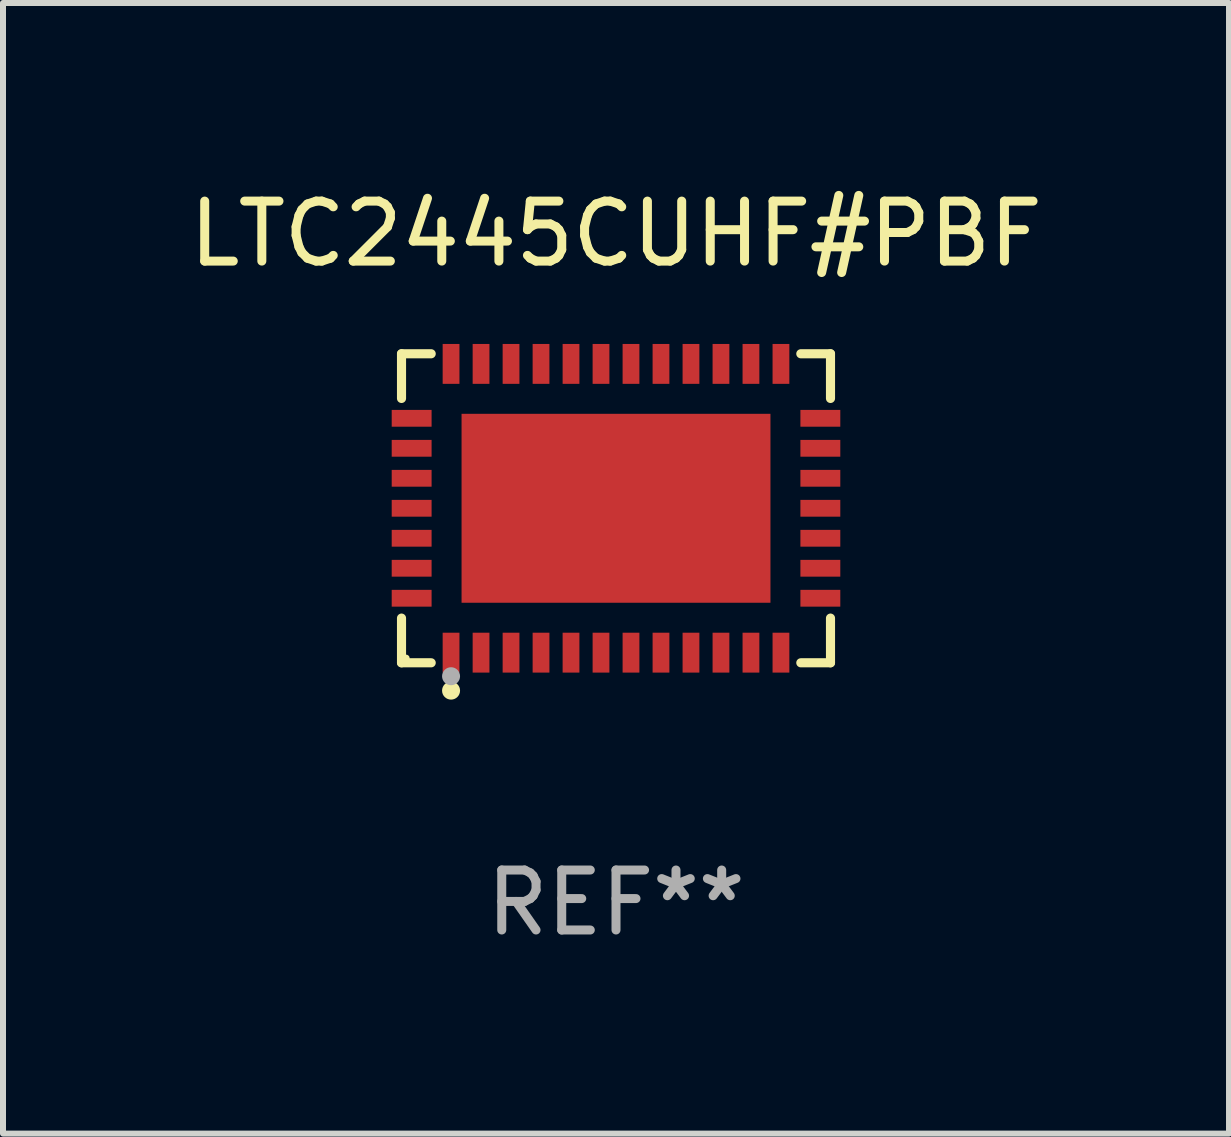
<source format=kicad_pcb>
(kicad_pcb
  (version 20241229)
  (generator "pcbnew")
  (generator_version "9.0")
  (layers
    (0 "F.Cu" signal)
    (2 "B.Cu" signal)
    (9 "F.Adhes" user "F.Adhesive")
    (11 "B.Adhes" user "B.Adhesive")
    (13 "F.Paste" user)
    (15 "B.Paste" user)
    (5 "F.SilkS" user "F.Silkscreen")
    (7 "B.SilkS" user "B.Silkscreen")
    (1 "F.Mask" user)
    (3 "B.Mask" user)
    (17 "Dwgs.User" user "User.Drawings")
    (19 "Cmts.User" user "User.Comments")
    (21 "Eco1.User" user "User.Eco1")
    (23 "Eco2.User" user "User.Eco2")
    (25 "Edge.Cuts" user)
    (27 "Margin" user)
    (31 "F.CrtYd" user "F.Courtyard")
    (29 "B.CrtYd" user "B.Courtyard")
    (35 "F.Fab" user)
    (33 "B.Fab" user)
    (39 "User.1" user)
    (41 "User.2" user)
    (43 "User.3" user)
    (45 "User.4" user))
  (footprint "LTC2445CUHF#PBF"
    (layer "F.Cu")
    (at 7.22 5.424)
    (property "Reference" "LTC2445CUHF#PBF" (at 0 -4.576 0) (layer "F.SilkS") (effects (font (size 1 1) (thickness 0.15))))
    (attr through_hole)
    (fp_line (start -3.576 -2.576) (end -3.081 -2.576) (stroke (width 0.152) (type solid)) (layer "F.SilkS"))
    (fp_line (start -3.576 -1.831) (end -3.576 -2.576) (stroke (width 0.152) (type solid)) (layer "F.SilkS"))
    (fp_line (start -3.576 1.831) (end -3.576 2.576) (stroke (width 0.152) (type solid)) (layer "F.SilkS"))
    (fp_line (start -3.576 2.576) (end -3.081 2.576) (stroke (width 0.152) (type solid)) (layer "F.SilkS"))
    (fp_line (start 3.576 -2.576) (end 3.081 -2.576) (stroke (width 0.152) (type solid)) (layer "F.SilkS"))
    (fp_line (start 3.576 -1.831) (end 3.576 -2.576) (stroke (width 0.152) (type solid)) (layer "F.SilkS"))
    (fp_line (start 3.576 1.831) (end 3.576 2.576) (stroke (width 0.152) (type solid)) (layer "F.SilkS"))
    (fp_line (start 3.576 2.576) (end 3.081 2.576) (stroke (width 0.152) (type solid)) (layer "F.SilkS"))
    (fp_circle (center -3.5 2.5) (end -3.47 2.5) (stroke (width 0.06) (type solid)) (fill no) (layer "F.SilkS"))
    (fp_circle (center -2.75 3.04) (end -2.675 3.04) (stroke (width 0.15) (type solid)) (fill no) (layer "F.SilkS"))
    (fp_circle (center -2.75 2.8) (end -2.675 2.8) (stroke (width 0.15) (type solid)) (fill no) (layer "F.Fab"))
    (fp_text user "REF**" (at 0 6.576 0) (layer "F.Fab") (effects (font (size 1 1) (thickness 0.15))))
    (pad "1" smd rect (at -2.75 2.407) (size 0.28 0.665) (layers "F.Cu" "F.Mask" "F.Paste"))
    (pad "2" smd rect (at -2.25 2.407) (size 0.28 0.665) (layers "F.Cu" "F.Mask" "F.Paste"))
    (pad "3" smd rect (at -1.75 2.407) (size 0.28 0.665) (layers "F.Cu" "F.Mask" "F.Paste"))
    (pad "4" smd rect (at -1.25 2.407) (size 0.28 0.665) (layers "F.Cu" "F.Mask" "F.Paste"))
    (pad "5" smd rect (at -0.75 2.407) (size 0.28 0.665) (layers "F.Cu" "F.Mask" "F.Paste"))
    (pad "6" smd rect (at -0.25 2.407) (size 0.28 0.665) (layers "F.Cu" "F.Mask" "F.Paste"))
    (pad "7" smd rect (at 0.25 2.407) (size 0.28 0.665) (layers "F.Cu" "F.Mask" "F.Paste"))
    (pad "8" smd rect (at 0.75 2.407) (size 0.28 0.665) (layers "F.Cu" "F.Mask" "F.Paste"))
    (pad "9" smd rect (at 1.25 2.407) (size 0.28 0.665) (layers "F.Cu" "F.Mask" "F.Paste"))
    (pad "10" smd rect (at 1.75 2.407) (size 0.28 0.665) (layers "F.Cu" "F.Mask" "F.Paste"))
    (pad "11" smd rect (at 2.25 2.407) (size 0.28 0.665) (layers "F.Cu" "F.Mask" "F.Paste"))
    (pad "12" smd rect (at 2.75 2.407) (size 0.28 0.665) (layers "F.Cu" "F.Mask" "F.Paste"))
    (pad "13" smd rect (at 3.407 1.5) (size 0.665 0.28) (layers "F.Cu" "F.Mask" "F.Paste"))
    (pad "14" smd rect (at 3.407 1) (size 0.665 0.28) (layers "F.Cu" "F.Mask" "F.Paste"))
    (pad "15" smd rect (at 3.407 0.5) (size 0.665 0.28) (layers "F.Cu" "F.Mask" "F.Paste"))
    (pad "16" smd rect (at 3.407 0) (size 0.665 0.28) (layers "F.Cu" "F.Mask" "F.Paste"))
    (pad "17" smd rect (at 3.407 -0.5) (size 0.665 0.28) (layers "F.Cu" "F.Mask" "F.Paste"))
    (pad "18" smd rect (at 3.407 -1) (size 0.665 0.28) (layers "F.Cu" "F.Mask" "F.Paste"))
    (pad "19" smd rect (at 3.407 -1.5) (size 0.665 0.28) (layers "F.Cu" "F.Mask" "F.Paste"))
    (pad "20" smd rect (at 2.75 -2.407) (size 0.28 0.665) (layers "F.Cu" "F.Mask" "F.Paste"))
    (pad "21" smd rect (at 2.25 -2.407) (size 0.28 0.665) (layers "F.Cu" "F.Mask" "F.Paste"))
    (pad "22" smd rect (at 1.75 -2.407) (size 0.28 0.665) (layers "F.Cu" "F.Mask" "F.Paste"))
    (pad "23" smd rect (at 1.25 -2.407) (size 0.28 0.665) (layers "F.Cu" "F.Mask" "F.Paste"))
    (pad "24" smd rect (at 0.75 -2.407) (size 0.28 0.665) (layers "F.Cu" "F.Mask" "F.Paste"))
    (pad "25" smd rect (at 0.25 -2.407) (size 0.28 0.665) (layers "F.Cu" "F.Mask" "F.Paste"))
    (pad "26" smd rect (at -0.25 -2.407) (size 0.28 0.665) (layers "F.Cu" "F.Mask" "F.Paste"))
    (pad "27" smd rect (at -0.75 -2.407) (size 0.28 0.665) (layers "F.Cu" "F.Mask" "F.Paste"))
    (pad "28" smd rect (at -1.25 -2.407) (size 0.28 0.665) (layers "F.Cu" "F.Mask" "F.Paste"))
    (pad "29" smd rect (at -1.75 -2.407) (size 0.28 0.665) (layers "F.Cu" "F.Mask" "F.Paste"))
    (pad "30" smd rect (at -2.25 -2.407) (size 0.28 0.665) (layers "F.Cu" "F.Mask" "F.Paste"))
    (pad "31" smd rect (at -2.75 -2.407) (size 0.28 0.665) (layers "F.Cu" "F.Mask" "F.Paste"))
    (pad "32" smd rect (at -3.407 -1.5) (size 0.665 0.28) (layers "F.Cu" "F.Mask" "F.Paste"))
    (pad "33" smd rect (at -3.407 -1) (size 0.665 0.28) (layers "F.Cu" "F.Mask" "F.Paste"))
    (pad "34" smd rect (at -3.407 -0.5) (size 0.665 0.28) (layers "F.Cu" "F.Mask" "F.Paste"))
    (pad "35" smd rect (at -3.407 0) (size 0.665 0.28) (layers "F.Cu" "F.Mask" "F.Paste"))
    (pad "36" smd rect (at -3.407 0.5) (size 0.665 0.28) (layers "F.Cu" "F.Mask" "F.Paste"))
    (pad "37" smd rect (at -3.407 1) (size 0.665 0.28) (layers "F.Cu" "F.Mask" "F.Paste"))
    (pad "38" smd rect (at -3.407 1.5) (size 0.665 0.28) (layers "F.Cu" "F.Mask" "F.Paste"))
    (pad "39" smd rect (at 0 0) (size 5.15 3.15) (layers "F.Cu" "F.Mask" "F.Paste")))
  (gr_rect
    (start -3 -3)
    (end 17.44 15.849)
    (stroke (width 0.1) (type default))
    (fill no)
    (layer "Edge.Cuts")))
</source>
